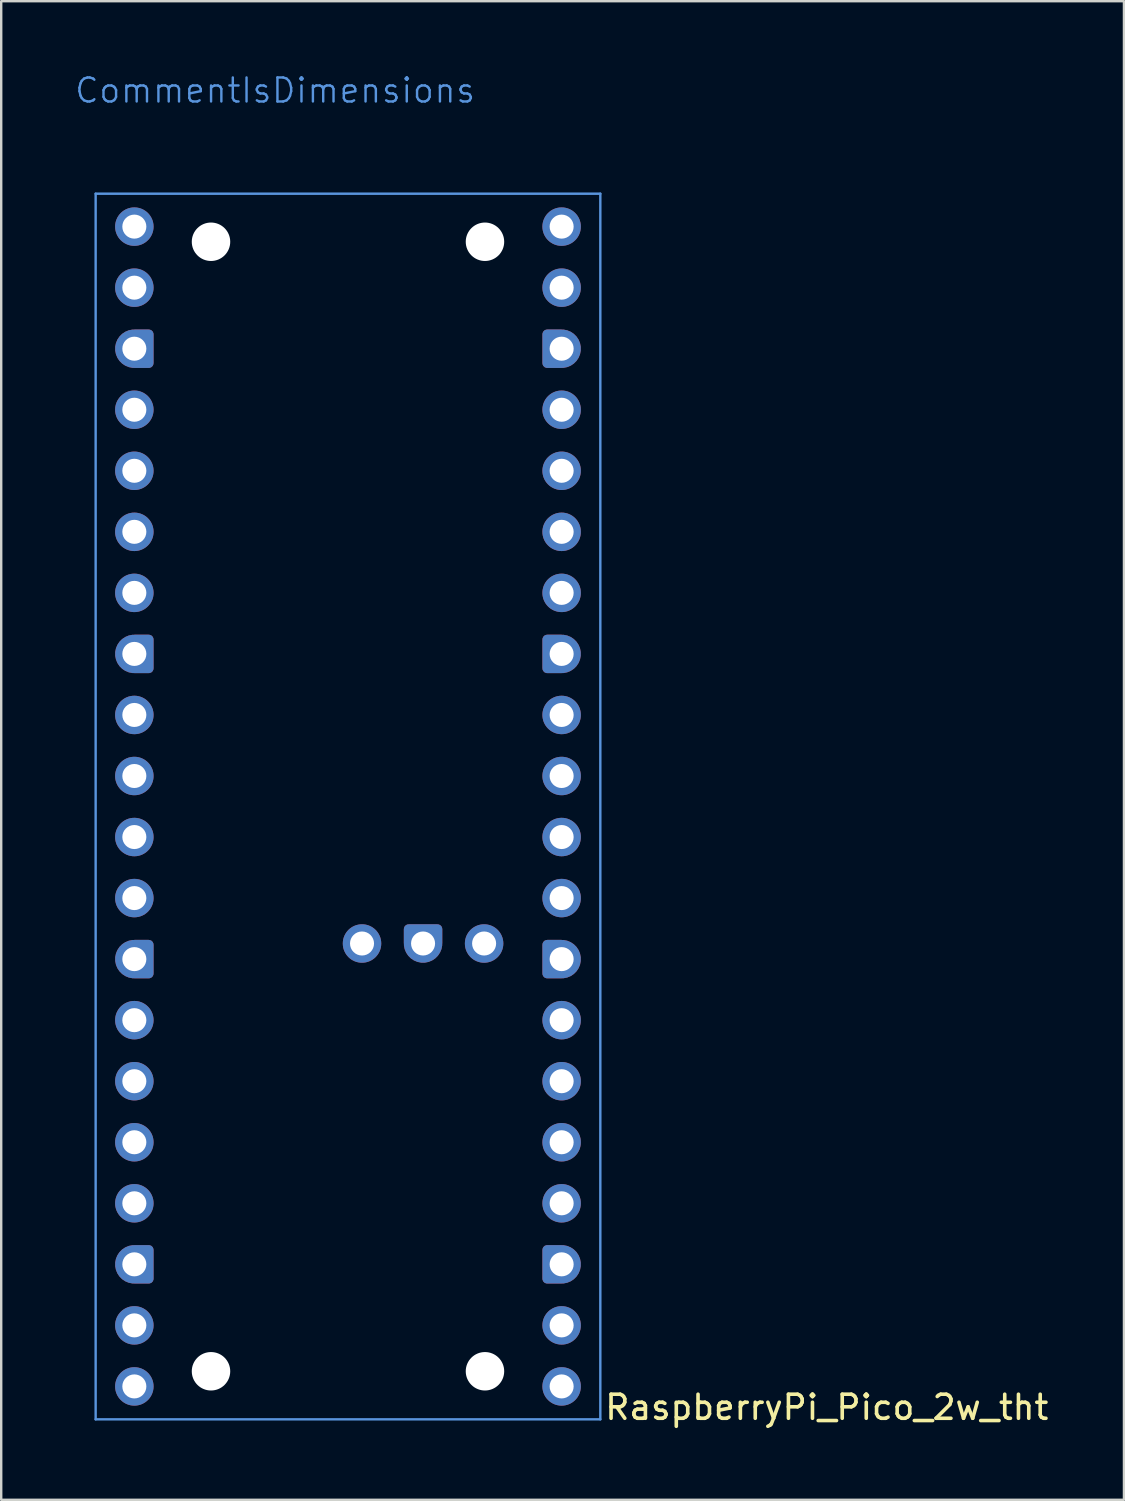
<source format=kicad_pcb>
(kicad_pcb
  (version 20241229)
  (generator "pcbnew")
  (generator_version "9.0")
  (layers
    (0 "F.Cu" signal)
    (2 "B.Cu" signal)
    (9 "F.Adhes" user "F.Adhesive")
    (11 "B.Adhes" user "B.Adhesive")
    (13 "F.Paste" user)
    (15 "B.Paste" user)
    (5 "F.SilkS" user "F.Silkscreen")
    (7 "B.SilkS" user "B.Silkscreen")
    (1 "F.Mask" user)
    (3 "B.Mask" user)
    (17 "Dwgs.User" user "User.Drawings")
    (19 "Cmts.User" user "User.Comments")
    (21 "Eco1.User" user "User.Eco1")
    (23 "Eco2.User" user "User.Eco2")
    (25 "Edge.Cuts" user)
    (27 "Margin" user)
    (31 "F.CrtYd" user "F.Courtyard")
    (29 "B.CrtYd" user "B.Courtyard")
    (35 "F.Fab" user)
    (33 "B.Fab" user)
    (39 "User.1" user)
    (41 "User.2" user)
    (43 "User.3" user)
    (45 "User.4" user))
  (footprint "RaspberryPi_Pico_2w_tht"
    (layer "F.Cu")
    (at 2.54 6.38)
    (property "Reference" "RaspberryPi_Pico_2w_tht" (at 19.5 49.13 0) (unlocked yes) (layer "F.SilkS") (effects (font (size 1 1) (thickness 0.15)) (justify left)))
    (attr through_hole)
    (fp_line (start -1.61 -1.37) (end -1.61 49.63) (stroke (width 0.1) (type solid)) (layer "Cmts.User"))
    (fp_line (start -1.61 -1.37) (end 19.39 -1.37) (stroke (width 0.1) (type solid)) (layer "Cmts.User"))
    (fp_line (start -1.61 49.63) (end 19.39 49.63) (stroke (width 0.1) (type solid)) (layer "Cmts.User"))
    (fp_line (start 19.39 -1.37) (end 19.39 49.63) (stroke (width 0.1) (type solid)) (layer "Cmts.User"))
    (fp_text user "CommentIsDimensions" (at -2.54 -5.08 0) (unlocked yes) (layer "Cmts.User") (effects (font (size 1 1) (thickness 0.1)) (justify left bottom)))
    (pad "" np_thru_hole circle (at 3.19 0.63) (size 1.6 1.6) (drill 2.1) (layers "*.Cu" "*.Mask"))
    (pad "" np_thru_hole circle (at 3.19 47.63) (size 1.6 1.6) (drill 2.1) (layers "*.Cu" "*.Mask"))
    (pad "" np_thru_hole circle (at 14.59 0.63) (size 1.6 1.6) (drill 2.1) (layers "*.Cu" "*.Mask"))
    (pad "" np_thru_hole circle (at 14.59 47.63) (size 1.6 1.6) (drill 2.1) (layers "*.Cu" "*.Mask"))
    (pad "1" thru_hole circle (at 0 0) (size 1.6 1.6) (drill 1) (layers "*.Cu" "*.Mask"))
    (pad "2" thru_hole circle (at 0 2.54) (size 1.6 1.6) (drill 1) (layers "*.Cu" "*.Mask"))
    (pad "3" thru_hole custom (at 0 5.08) (size 1.6 1.6) (drill 1) (layers "*.Cu" "*.Mask") (options (anchor circle)) (primitives (gr_poly (pts (xy 0.8 0.6) (xy 0.8 -0.6) (xy 0.6 -0.8) (xy 0 -0.8) (xy 0 0.8) (xy 0.6 0.8)) (width 0) (fill yes)) (gr_circle (center 0.6 0.6) (end 0.8 0.6) (width 0) (fill yes)) (gr_circle (center 0.6 -0.6) (end 0.8 -0.6) (width 0) (fill yes))))
    (pad "4" thru_hole circle (at 0 7.62) (size 1.6 1.6) (drill 1) (layers "*.Cu" "*.Mask"))
    (pad "5" thru_hole circle (at 0 10.16) (size 1.6 1.6) (drill 1) (layers "*.Cu" "*.Mask"))
    (pad "6" thru_hole circle (at 0 12.7) (size 1.6 1.6) (drill 1) (layers "*.Cu" "*.Mask"))
    (pad "7" thru_hole circle (at 0 15.24) (size 1.6 1.6) (drill 1) (layers "*.Cu" "*.Mask"))
    (pad "8" thru_hole custom (at 0 17.78) (size 1.6 1.6) (drill 1) (layers "*.Cu" "*.Mask") (options (anchor circle)) (primitives (gr_poly (pts (xy 0.8 0.6) (xy 0.8 -0.6) (xy 0.6 -0.8) (xy 0 -0.8) (xy 0 0.8) (xy 0.6 0.8)) (width 0) (fill yes)) (gr_circle (center 0.6 0.6) (end 0.8 0.6) (width 0) (fill yes)) (gr_circle (center 0.6 -0.6) (end 0.8 -0.6) (width 0) (fill yes))))
    (pad "9" thru_hole circle (at 0 20.32) (size 1.6 1.6) (drill 1) (layers "*.Cu" "*.Mask"))
    (pad "10" thru_hole circle (at 0 22.86) (size 1.6 1.6) (drill 1) (layers "*.Cu" "*.Mask"))
    (pad "11" thru_hole circle (at 0 25.4) (size 1.6 1.6) (drill 1) (layers "*.Cu" "*.Mask"))
    (pad "12" thru_hole circle (at 0 27.94) (size 1.6 1.6) (drill 1) (layers "*.Cu" "*.Mask"))
    (pad "13" thru_hole custom (at 0 30.48) (size 1.6 1.6) (drill 1) (layers "*.Cu" "*.Mask") (options (anchor circle)) (primitives (gr_poly (pts (xy 0.8 0.6) (xy 0.8 -0.6) (xy 0.6 -0.8) (xy 0 -0.8) (xy 0 0.8) (xy 0.6 0.8)) (width 0) (fill yes)) (gr_circle (center 0.6 0.6) (end 0.8 0.6) (width 0) (fill yes)) (gr_circle (center 0.6 -0.6) (end 0.8 -0.6) (width 0) (fill yes))))
    (pad "14" thru_hole circle (at 0 33.02) (size 1.6 1.6) (drill 1) (layers "*.Cu" "*.Mask"))
    (pad "15" thru_hole circle (at 0 35.56) (size 1.6 1.6) (drill 1) (layers "*.Cu" "*.Mask"))
    (pad "16" thru_hole circle (at 0 38.1) (size 1.6 1.6) (drill 1) (layers "*.Cu" "*.Mask"))
    (pad "17" thru_hole circle (at 0 40.64) (size 1.6 1.6) (drill 1) (layers "*.Cu" "*.Mask"))
    (pad "18" thru_hole custom (at 0 43.18) (size 1.6 1.6) (drill 1) (layers "*.Cu" "*.Mask") (options (anchor circle)) (primitives (gr_poly (pts (xy 0.8 0.6) (xy 0.8 -0.6) (xy 0.6 -0.8) (xy 0 -0.8) (xy 0 0.8) (xy 0.6 0.8)) (width 0) (fill yes)) (gr_circle (center 0.6 0.6) (end 0.8 0.6) (width 0) (fill yes)) (gr_circle (center 0.6 -0.6) (end 0.8 -0.6) (width 0) (fill yes))))
    (pad "19" thru_hole circle (at 0 45.72) (size 1.6 1.6) (drill 1) (layers "*.Cu" "*.Mask"))
    (pad "20" thru_hole circle (at 0 48.26) (size 1.6 1.6) (drill 1) (layers "*.Cu" "*.Mask"))
    (pad "21" thru_hole circle (at 17.78 48.26) (size 1.6 1.6) (drill 1) (layers "*.Cu" "*.Mask"))
    (pad "22" thru_hole circle (at 17.78 45.72) (size 1.6 1.6) (drill 1) (layers "*.Cu" "*.Mask"))
    (pad "23" thru_hole custom (at 17.78 43.18) (size 1.6 1.6) (drill 1) (layers "*.Cu" "*.Mask") (options (anchor circle)) (primitives (gr_poly (pts (xy -0.8 0.6) (xy -0.8 -0.6) (xy -0.6 -0.8) (xy 0 -0.8) (xy 0 0.8) (xy -0.6 0.8)) (width 0) (fill yes)) (gr_circle (center -0.6 0.6) (end -0.4 0.6) (width 0) (fill yes)) (gr_circle (center -0.6 -0.6) (end -0.4 -0.6) (width 0) (fill yes))))
    (pad "24" thru_hole circle (at 17.78 40.64) (size 1.6 1.6) (drill 1) (layers "*.Cu" "*.Mask"))
    (pad "25" thru_hole circle (at 17.78 38.1) (size 1.6 1.6) (drill 1) (layers "*.Cu" "*.Mask"))
    (pad "26" thru_hole circle (at 17.78 35.56) (size 1.6 1.6) (drill 1) (layers "*.Cu" "*.Mask"))
    (pad "27" thru_hole circle (at 17.78 33.02) (size 1.6 1.6) (drill 1) (layers "*.Cu" "*.Mask"))
    (pad "28" thru_hole custom (at 17.78 30.48) (size 1.6 1.6) (drill 1) (layers "*.Cu" "*.Mask") (options (anchor circle)) (primitives (gr_poly (pts (xy -0.8 0.6) (xy -0.8 -0.6) (xy -0.6 -0.8) (xy 0 -0.8) (xy 0 0.8) (xy -0.6 0.8)) (width 0) (fill yes)) (gr_circle (center -0.6 0.6) (end -0.4 0.6) (width 0) (fill yes)) (gr_circle (center -0.6 -0.6) (end -0.4 -0.6) (width 0) (fill yes))))
    (pad "29" thru_hole circle (at 17.78 27.94) (size 1.6 1.6) (drill 1) (layers "*.Cu" "*.Mask"))
    (pad "30" thru_hole circle (at 17.78 25.4) (size 1.6 1.6) (drill 1) (layers "*.Cu" "*.Mask"))
    (pad "31" thru_hole circle (at 17.78 22.86) (size 1.6 1.6) (drill 1) (layers "*.Cu" "*.Mask"))
    (pad "32" thru_hole circle (at 17.78 20.32) (size 1.6 1.6) (drill 1) (layers "*.Cu" "*.Mask"))
    (pad "33" thru_hole custom (at 17.78 17.78) (size 1.6 1.6) (drill 1) (layers "*.Cu" "*.Mask") (options (anchor circle)) (primitives (gr_poly (pts (xy -0.8 0.6) (xy -0.8 -0.6) (xy -0.6 -0.8) (xy 0 -0.8) (xy 0 0.8) (xy -0.6 0.8)) (width 0) (fill yes)) (gr_circle (center -0.6 0.6) (end -0.4 0.6) (width 0) (fill yes)) (gr_circle (center -0.6 -0.6) (end -0.4 -0.6) (width 0) (fill yes))))
    (pad "34" thru_hole circle (at 17.78 15.24) (size 1.6 1.6) (drill 1) (layers "*.Cu" "*.Mask"))
    (pad "35" thru_hole circle (at 17.78 12.7) (size 1.6 1.6) (drill 1) (layers "*.Cu" "*.Mask"))
    (pad "36" thru_hole circle (at 17.78 10.16) (size 1.6 1.6) (drill 1) (layers "*.Cu" "*.Mask"))
    (pad "37" thru_hole circle (at 17.78 7.62) (size 1.6 1.6) (drill 1) (layers "*.Cu" "*.Mask"))
    (pad "38" thru_hole custom (at 17.78 5.08) (size 1.6 1.6) (drill 1) (layers "*.Cu" "*.Mask") (options (anchor circle)) (primitives (gr_poly (pts (xy -0.8 0.6) (xy -0.8 -0.6) (xy -0.6 -0.8) (xy 0 -0.8) (xy 0 0.8) (xy -0.6 0.8)) (width 0) (fill yes)) (gr_circle (center -0.6 0.6) (end -0.4 0.6) (width 0) (fill yes)) (gr_circle (center -0.6 -0.6) (end -0.4 -0.6) (width 0) (fill yes))))
    (pad "39" thru_hole circle (at 17.78 2.54) (size 1.6 1.6) (drill 1) (layers "*.Cu" "*.Mask"))
    (pad "40" thru_hole circle (at 17.78 0) (size 1.6 1.6) (drill 1) (layers "*.Cu" "*.Mask"))
    (pad "dbg_gnd" thru_hole custom (at 12.014 29.83 270) (size 1.6 1.6) (drill 1) (layers "*.Cu" "*.Mask") (options (anchor circle)) (primitives (gr_poly (pts (xy -0.8 0.6) (xy -0.8 -0.6) (xy -0.6 -0.8) (xy 0 -0.8) (xy 0 0.8) (xy -0.6 0.8)) (width 0) (fill yes)) (gr_circle (center -0.6 0.6) (end -0.4 0.6) (width 0) (fill yes)) (gr_circle (center -0.6 -0.6) (end -0.4 -0.6) (width 0) (fill yes))))
    (pad "swclk" thru_hole circle (at 9.474 29.83) (size 1.6 1.6) (drill 1) (layers "*.Cu" "*.Mask"))
    (pad "swdio" thru_hole circle (at 14.554 29.83) (size 1.6 1.6) (drill 1) (layers "*.Cu" "*.Mask")))
  (gr_rect
    (start -3 -3)
    (end 43.719 59.358)
    (stroke (width 0.1) (type default))
    (fill no)
    (layer "Edge.Cuts")))
</source>
